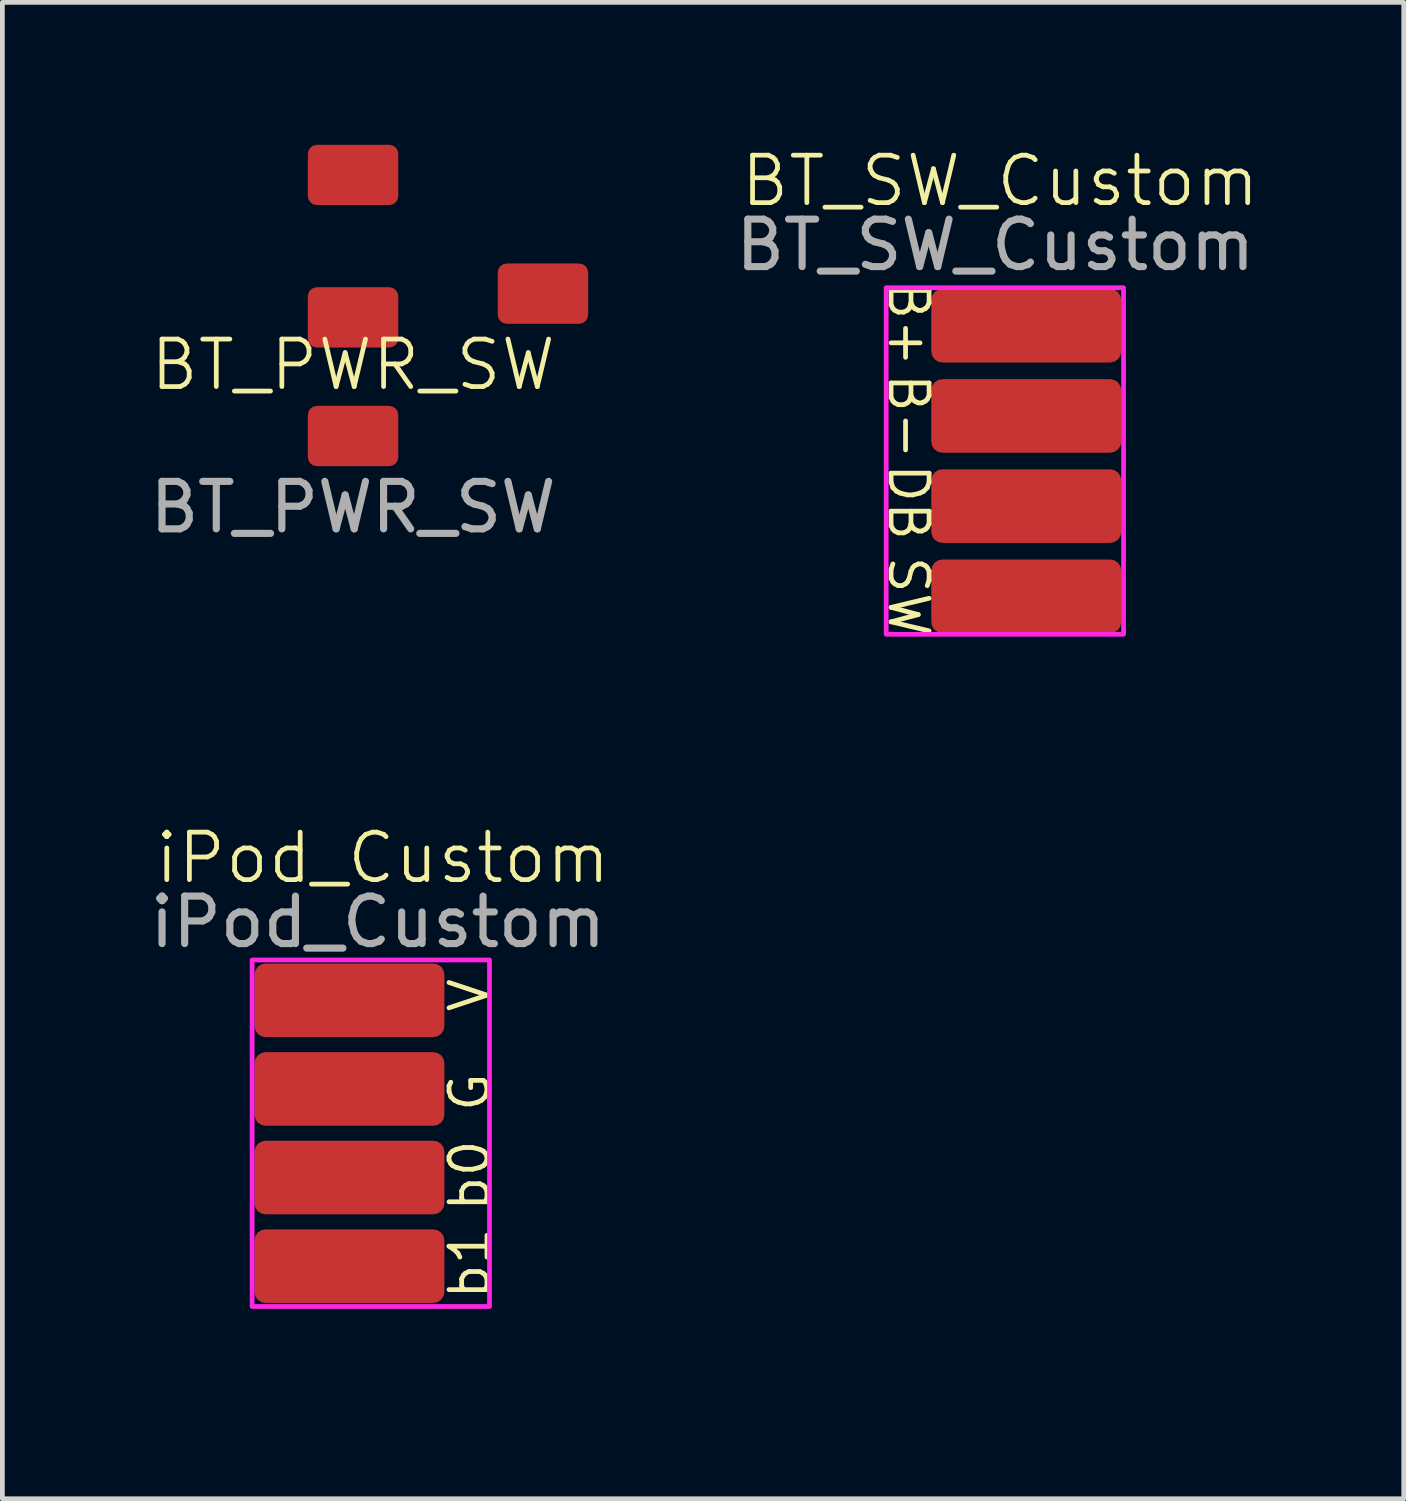
<source format=kicad_pcb>
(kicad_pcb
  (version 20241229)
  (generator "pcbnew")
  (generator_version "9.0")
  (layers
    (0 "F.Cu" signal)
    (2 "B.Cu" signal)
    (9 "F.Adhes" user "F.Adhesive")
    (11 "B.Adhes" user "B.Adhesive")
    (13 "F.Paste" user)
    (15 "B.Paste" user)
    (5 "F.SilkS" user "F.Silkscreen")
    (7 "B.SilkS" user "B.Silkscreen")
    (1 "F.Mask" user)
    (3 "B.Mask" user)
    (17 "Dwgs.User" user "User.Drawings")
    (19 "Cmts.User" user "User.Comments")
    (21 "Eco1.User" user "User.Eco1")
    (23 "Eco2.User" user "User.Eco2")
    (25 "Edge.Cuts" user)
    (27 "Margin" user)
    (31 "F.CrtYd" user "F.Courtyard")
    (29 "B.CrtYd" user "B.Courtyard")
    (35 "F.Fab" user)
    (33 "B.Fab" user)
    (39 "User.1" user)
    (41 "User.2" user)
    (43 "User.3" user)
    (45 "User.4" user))
  (footprint "iPod_Custom"
    (layer "F.Cu")
    (at 4.861 25.271)
    (property "Reference" "iPod_Custom" (at 0.15 -10.25 0) (unlocked yes) (layer "F.SilkS") (effects (font (size 1 1) (thickness 0.1))))
    (attr smd)
    (fp_rect (start -2.6 -8.1) (end 2.4 -0.8) (stroke (width 0.1) (type solid)) (fill no) (layer "F.CrtYd"))
    (fp_text user "b1" (at 2.45 -0.9 90) (unlocked yes) (layer "F.SilkS") (effects (font (size 0.8 0.8) (thickness 0.1)) (justify left bottom)))
    (fp_text user "G" (at 2.45 -4.85 90) (unlocked yes) (layer "F.SilkS") (effects (font (size 0.8 0.8) (thickness 0.1)) (justify left bottom)))
    (fp_text user "b0" (at 2.45 -2.75 90) (unlocked yes) (layer "F.SilkS") (effects (font (size 0.8 0.8) (thickness 0.1)) (justify left bottom)))
    (fp_text user "V" (at 2.45 -6.95 90) (unlocked yes) (layer "F.SilkS") (effects (font (size 0.8 0.8) (thickness 0.1)) (justify left bottom)))
    (fp_text user "${REFERENCE}" (at 0.05 -8.9 0) (unlocked yes) (layer "F.Fab") (effects (font (size 1 1) (thickness 0.15))))
    (pad "1" connect roundrect (at -0.55 -7.25) (size 4 1.55) (layers "F.Cu" "F.Mask") (roundrect_rratio 0.15))
    (pad "2" connect roundrect (at -0.55 -5.383) (size 4 1.55) (layers "F.Cu" "F.Mask") (roundrect_rratio 0.15))
    (pad "3" connect roundrect (at -0.55 -3.517) (size 4 1.55) (layers "F.Cu" "F.Mask") (roundrect_rratio 0.15))
    (pad "4" connect roundrect (at -0.55 -1.65) (size 4 1.55) (layers "F.Cu" "F.Mask") (roundrect_rratio 0.15)))
  (footprint "BT_SW_Custom"
    (layer "F.Cu")
    (at 17.867 11.011)
    (property "Reference" "BT_SW_Custom" (at 0.15 -10.25 0) (unlocked yes) (layer "F.SilkS") (effects (font (size 1 1) (thickness 0.1))))
    (attr smd)
    (fp_rect (start -2.25 -8) (end 2.75 -0.7) (stroke (width 0.1) (type solid)) (fill no) (layer "F.CrtYd"))
    (fp_text user "B-" (at -2.25 -6.25 270) (unlocked yes) (layer "F.SilkS") (effects (font (size 0.8 0.8) (thickness 0.1)) (justify left bottom)))
    (fp_text user "B+" (at -2.25 -8.2 270) (unlocked yes) (layer "F.SilkS") (effects (font (size 0.8 0.8) (thickness 0.1)) (justify left bottom)))
    (fp_text user "SW" (at -2.25 -2.4 270) (unlocked yes) (layer "F.SilkS") (effects (font (size 0.8 0.8) (thickness 0.1)) (justify left bottom)))
    (fp_text user "DB" (at -2.25 -4.35 270) (unlocked yes) (layer "F.SilkS") (effects (font (size 0.8 0.8) (thickness 0.1)) (justify left bottom)))
    (fp_text user "${REFERENCE}" (at 0.05 -8.9 0) (unlocked yes) (layer "F.Fab") (effects (font (size 1 1) (thickness 0.15))))
    (pad "1" connect roundrect (at 0.7 -7.2) (size 4 1.55) (layers "F.Cu" "F.Mask") (roundrect_rratio 0.15))
    (pad "2" connect roundrect (at 0.7 -5.3) (size 4 1.55) (layers "F.Cu" "F.Mask") (roundrect_rratio 0.15))
    (pad "3" connect roundrect (at 0.7 -3.4) (size 4 1.55) (layers "F.Cu" "F.Mask") (roundrect_rratio 0.15))
    (pad "4" connect roundrect (at 0.7 -1.5) (size 4 1.55) (layers "F.Cu" "F.Mask") (roundrect_rratio 0.15)))
  (footprint "BT_PWR_SW"
    (layer "F.Cu")
    (at 4.387 5.135)
    (property "Reference" "BT_PWR_SW" (at 0 -0.5 0) (unlocked yes) (layer "F.SilkS") (effects (font (size 1 1) (thickness 0.1))))
    (attr smd)
    (fp_text user "${REFERENCE}" (at 0 2.5 0) (unlocked yes) (layer "F.Fab") (effects (font (size 1 1) (thickness 0.15))))
    (pad "1" smd roundrect (at 0 -4.5) (size 1.905 1.27) (layers "F.Cu" "F.Mask" "F.Paste") (roundrect_rratio 0.15))
    (pad "2" smd roundrect (at 0 -1.5) (size 1.905 1.27) (layers "F.Cu" "F.Mask" "F.Paste") (roundrect_rratio 0.15))
    (pad "3" smd roundrect (at 0 1) (size 1.905 1.27) (layers "F.Cu" "F.Mask" "F.Paste") (roundrect_rratio 0.15))
    (pad "4" smd roundrect (at 4 -2) (size 1.905 1.27) (layers "F.Cu" "F.Mask" "F.Paste") (roundrect_rratio 0.15)))
  (gr_rect
    (start -3 -3)
    (end 26.519 28.521)
    (stroke (width 0.1) (type default))
    (fill no)
    (layer "Edge.Cuts")))
</source>
